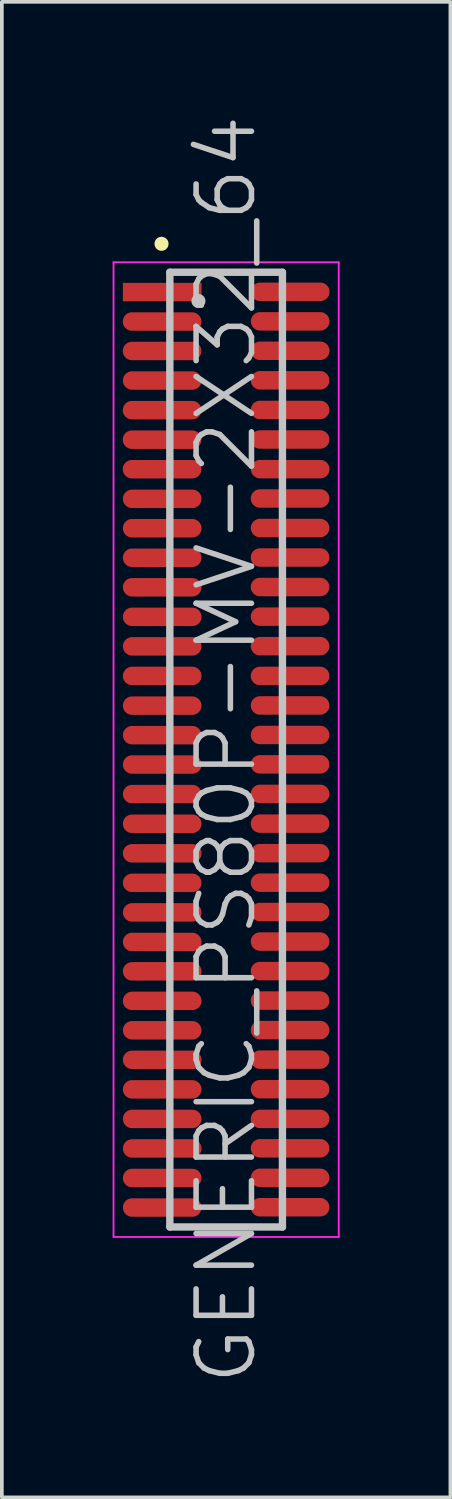
<source format=kicad_pcb>
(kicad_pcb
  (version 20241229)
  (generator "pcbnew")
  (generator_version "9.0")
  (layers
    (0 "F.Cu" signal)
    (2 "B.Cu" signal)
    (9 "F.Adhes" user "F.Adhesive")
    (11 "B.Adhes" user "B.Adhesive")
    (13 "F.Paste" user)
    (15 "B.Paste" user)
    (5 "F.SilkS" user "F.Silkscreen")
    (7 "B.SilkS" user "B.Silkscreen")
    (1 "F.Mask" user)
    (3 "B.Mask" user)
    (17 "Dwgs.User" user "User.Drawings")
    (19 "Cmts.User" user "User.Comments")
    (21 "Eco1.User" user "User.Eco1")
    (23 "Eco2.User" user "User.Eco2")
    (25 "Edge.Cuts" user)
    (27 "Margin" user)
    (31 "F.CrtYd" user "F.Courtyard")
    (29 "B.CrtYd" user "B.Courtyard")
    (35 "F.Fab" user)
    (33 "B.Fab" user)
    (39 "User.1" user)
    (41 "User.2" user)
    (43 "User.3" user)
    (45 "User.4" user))
  (footprint "GENERIC_PS80P-MV-2X32_64"
    (layer "F.Cu")
    (at 3.075 17.254)
    (property "Reference" "GENERIC_PS80P-MV-2X32_64" (at 0 0 90) (layer "Dwgs.User") (effects (font (size 1.5 1.5) (thickness 0.15))))
    (attr smd)
    (fp_line (start -1.75 -13.7) (end -1.75 -13.7) (stroke (width 0.381) (type solid)) (layer "F.SilkS"))
    (fp_line (start -1.525 -12.93) (end -1.525 12.93) (stroke (width 0.2) (type solid)) (layer "Dwgs.User"))
    (fp_line (start -1.525 -12.93) (end 1.525 -12.93) (stroke (width 0.2) (type solid)) (layer "Dwgs.User"))
    (fp_line (start -1.525 12.93) (end 1.525 12.93) (stroke (width 0.2) (type solid)) (layer "Dwgs.User"))
    (fp_line (start -0.75 -12.15) (end -0.75 -12.15) (stroke (width 0.381) (type solid)) (layer "Dwgs.User"))
    (fp_line (start 1.525 -12.93) (end 1.525 12.93) (stroke (width 0.2) (type solid)) (layer "Dwgs.User"))
    (fp_line (start -3.05 -13.2) (end -3.05 13.2) (stroke (width 0.05) (type solid)) (layer "F.CrtYd"))
    (fp_line (start -3.05 -13.2) (end 3.05 -13.2) (stroke (width 0.05) (type solid)) (layer "F.CrtYd"))
    (fp_line (start -3.05 13.2) (end 3.05 13.2) (stroke (width 0.05) (type solid)) (layer "F.CrtYd"))
    (fp_line (start 3.05 -13.2) (end 3.05 13.2) (stroke (width 0.05) (type solid)) (layer "F.CrtYd"))
    (pad "1" smd rect (at -1.732 -12.393 270) (size 0.5 2.13) (layers "F.Cu" "F.Mask" "F.Paste"))
    (pad "2" smd oval (at 1.735 -12.4 270) (size 0.5 2.13) (layers "F.Cu" "F.Mask" "F.Paste"))
    (pad "3" smd oval (at -1.735 -11.595 270) (size 0.5 2.13) (layers "F.Cu" "F.Mask" "F.Paste"))
    (pad "4" smd oval (at 1.735 -11.6 270) (size 0.5 2.13) (layers "F.Cu" "F.Mask" "F.Paste"))
    (pad "5" smd oval (at -1.735 -10.798 270) (size 0.5 2.13) (layers "F.Cu" "F.Mask" "F.Paste"))
    (pad "6" smd oval (at 1.735 -10.803 270) (size 0.5 2.13) (layers "F.Cu" "F.Mask" "F.Paste"))
    (pad "7" smd oval (at -1.732 -9.997 270) (size 0.5 2.13) (layers "F.Cu" "F.Mask" "F.Paste"))
    (pad "8" smd oval (at 1.732 -10.003 270) (size 0.5 2.13) (layers "F.Cu" "F.Mask" "F.Paste"))
    (pad "9" smd oval (at -1.735 -9.195 270) (size 0.5 2.13) (layers "F.Cu" "F.Mask" "F.Paste"))
    (pad "10" smd oval (at 1.732 -9.2 270) (size 0.5 2.13) (layers "F.Cu" "F.Mask" "F.Paste"))
    (pad "11" smd oval (at -1.735 -8.395 270) (size 0.5 2.13) (layers "F.Cu" "F.Mask" "F.Paste"))
    (pad "12" smd oval (at 1.732 -8.4 270) (size 0.5 2.13) (layers "F.Cu" "F.Mask" "F.Paste"))
    (pad "13" smd oval (at -1.735 -7.595 270) (size 0.5 2.13) (layers "F.Cu" "F.Mask" "F.Paste"))
    (pad "14" smd oval (at 1.735 -7.597 270) (size 0.5 2.13) (layers "F.Cu" "F.Mask" "F.Paste"))
    (pad "15" smd oval (at -1.732 -6.792 270) (size 0.5 2.13) (layers "F.Cu" "F.Mask" "F.Paste"))
    (pad "16" smd oval (at 1.732 -6.802 270) (size 0.5 2.13) (layers "F.Cu" "F.Mask" "F.Paste"))
    (pad "17" smd oval (at -1.732 -5.997 270) (size 0.5 2.13) (layers "F.Cu" "F.Mask" "F.Paste"))
    (pad "18" smd oval (at 1.732 -6.002 270) (size 0.5 2.13) (layers "F.Cu" "F.Mask" "F.Paste"))
    (pad "19" smd oval (at -1.732 -5.197 270) (size 0.5 2.13) (layers "F.Cu" "F.Mask" "F.Paste"))
    (pad "20" smd oval (at 1.732 -5.204 270) (size 0.5 2.13) (layers "F.Cu" "F.Mask" "F.Paste"))
    (pad "21" smd oval (at -1.732 -4.397 270) (size 0.5 2.13) (layers "F.Cu" "F.Mask" "F.Paste"))
    (pad "22" smd oval (at 1.732 -4.404 270) (size 0.5 2.13) (layers "F.Cu" "F.Mask" "F.Paste"))
    (pad "23" smd oval (at -1.732 -3.597 270) (size 0.5 2.13) (layers "F.Cu" "F.Mask" "F.Paste"))
    (pad "24" smd oval (at 1.732 -3.602 270) (size 0.5 2.13) (layers "F.Cu" "F.Mask" "F.Paste"))
    (pad "25" smd oval (at -1.732 -2.797 270) (size 0.5 2.13) (layers "F.Cu" "F.Mask" "F.Paste"))
    (pad "26" smd oval (at 1.732 -2.802 270) (size 0.5 2.13) (layers "F.Cu" "F.Mask" "F.Paste"))
    (pad "27" smd oval (at -1.732 -1.996 270) (size 0.5 2.13) (layers "F.Cu" "F.Mask" "F.Paste"))
    (pad "28" smd oval (at 1.732 -1.996 270) (size 0.5 2.13) (layers "F.Cu" "F.Mask" "F.Paste"))
    (pad "29" smd oval (at -1.732 -1.191 270) (size 0.5 2.13) (layers "F.Cu" "F.Mask" "F.Paste"))
    (pad "30" smd oval (at 1.732 -1.196 270) (size 0.5 2.13) (layers "F.Cu" "F.Mask" "F.Paste"))
    (pad "31" smd oval (at -1.732 -0.391 270) (size 0.5 2.13) (layers "F.Cu" "F.Mask" "F.Paste"))
    (pad "32" smd oval (at 1.732 -0.396 270) (size 0.5 2.13) (layers "F.Cu" "F.Mask" "F.Paste"))
    (pad "33" smd oval (at -1.732 0.404 270) (size 0.5 2.13) (layers "F.Cu" "F.Mask" "F.Paste"))
    (pad "34" smd oval (at 1.732 0.399 270) (size 0.5 2.13) (layers "F.Cu" "F.Mask" "F.Paste"))
    (pad "35" smd oval (at -1.732 1.204 270) (size 0.5 2.13) (layers "F.Cu" "F.Mask" "F.Paste"))
    (pad "36" smd oval (at 1.732 1.199 270) (size 0.5 2.13) (layers "F.Cu" "F.Mask" "F.Paste"))
    (pad "37" smd oval (at -1.732 2.009 270) (size 0.5 2.13) (layers "F.Cu" "F.Mask" "F.Paste"))
    (pad "38" smd oval (at 1.732 2.004 270) (size 0.5 2.13) (layers "F.Cu" "F.Mask" "F.Paste"))
    (pad "39" smd oval (at -1.732 2.809 270) (size 0.5 2.13) (layers "F.Cu" "F.Mask" "F.Paste"))
    (pad "40" smd oval (at 1.732 2.804 270) (size 0.5 2.13) (layers "F.Cu" "F.Mask" "F.Paste"))
    (pad "41" smd oval (at -1.732 3.609 270) (size 0.5 2.13) (layers "F.Cu" "F.Mask" "F.Paste"))
    (pad "42" smd oval (at 1.732 3.604 270) (size 0.5 2.13) (layers "F.Cu" "F.Mask" "F.Paste"))
    (pad "43" smd oval (at -1.732 4.409 270) (size 0.5 2.13) (layers "F.Cu" "F.Mask" "F.Paste"))
    (pad "44" smd oval (at 1.732 4.399 270) (size 0.5 2.13) (layers "F.Cu" "F.Mask" "F.Paste"))
    (pad "45" smd oval (at -1.732 5.21 270) (size 0.5 2.13) (layers "F.Cu" "F.Mask" "F.Paste"))
    (pad "46" smd oval (at 1.732 5.199 270) (size 0.5 2.13) (layers "F.Cu" "F.Mask" "F.Paste"))
    (pad "47" smd oval (at -1.732 6.005 270) (size 0.5 2.13) (layers "F.Cu" "F.Mask" "F.Paste"))
    (pad "48" smd oval (at 1.732 5.999 270) (size 0.5 2.13) (layers "F.Cu" "F.Mask" "F.Paste"))
    (pad "49" smd oval (at -1.732 6.805 270) (size 0.5 2.13) (layers "F.Cu" "F.Mask" "F.Paste"))
    (pad "50" smd oval (at 1.732 6.797 270) (size 0.5 2.13) (layers "F.Cu" "F.Mask" "F.Paste"))
    (pad "51" smd oval (at -1.732 7.602 270) (size 0.5 2.13) (layers "F.Cu" "F.Mask" "F.Paste"))
    (pad "52" smd oval (at 1.732 7.597 270) (size 0.5 2.13) (layers "F.Cu" "F.Mask" "F.Paste"))
    (pad "53" smd oval (at -1.732 8.402 270) (size 0.5 2.13) (layers "F.Cu" "F.Mask" "F.Paste"))
    (pad "54" smd oval (at 1.732 8.397 270) (size 0.5 2.13) (layers "F.Cu" "F.Mask" "F.Paste"))
    (pad "55" smd oval (at -1.732 9.202 270) (size 0.5 2.13) (layers "F.Cu" "F.Mask" "F.Paste"))
    (pad "56" smd oval (at 1.732 9.197 270) (size 0.5 2.13) (layers "F.Cu" "F.Mask" "F.Paste"))
    (pad "57" smd oval (at -1.732 10.003 270) (size 0.5 2.13) (layers "F.Cu" "F.Mask" "F.Paste"))
    (pad "58" smd oval (at 1.732 10.003 270) (size 0.5 2.13) (layers "F.Cu" "F.Mask" "F.Paste"))
    (pad "59" smd oval (at -1.732 10.803 270) (size 0.5 2.13) (layers "F.Cu" "F.Mask" "F.Paste"))
    (pad "60" smd oval (at 1.732 10.798 270) (size 0.5 2.13) (layers "F.Cu" "F.Mask" "F.Paste"))
    (pad "61" smd oval (at -1.732 11.603 270) (size 0.5 2.13) (layers "F.Cu" "F.Mask" "F.Paste"))
    (pad "62" smd oval (at 1.732 11.598 270) (size 0.5 2.13) (layers "F.Cu" "F.Mask" "F.Paste"))
    (pad "63" smd oval (at -1.732 12.403 270) (size 0.5 2.13) (layers "F.Cu" "F.Mask" "F.Paste"))
    (pad "64" smd oval (at 1.732 12.395 270) (size 0.5 2.13) (layers "F.Cu" "F.Mask" "F.Paste")))
  (gr_rect
    (start -3 -3)
    (end 9.15 37.507)
    (stroke (width 0.1) (type default))
    (fill no)
    (layer "Edge.Cuts")))
</source>
